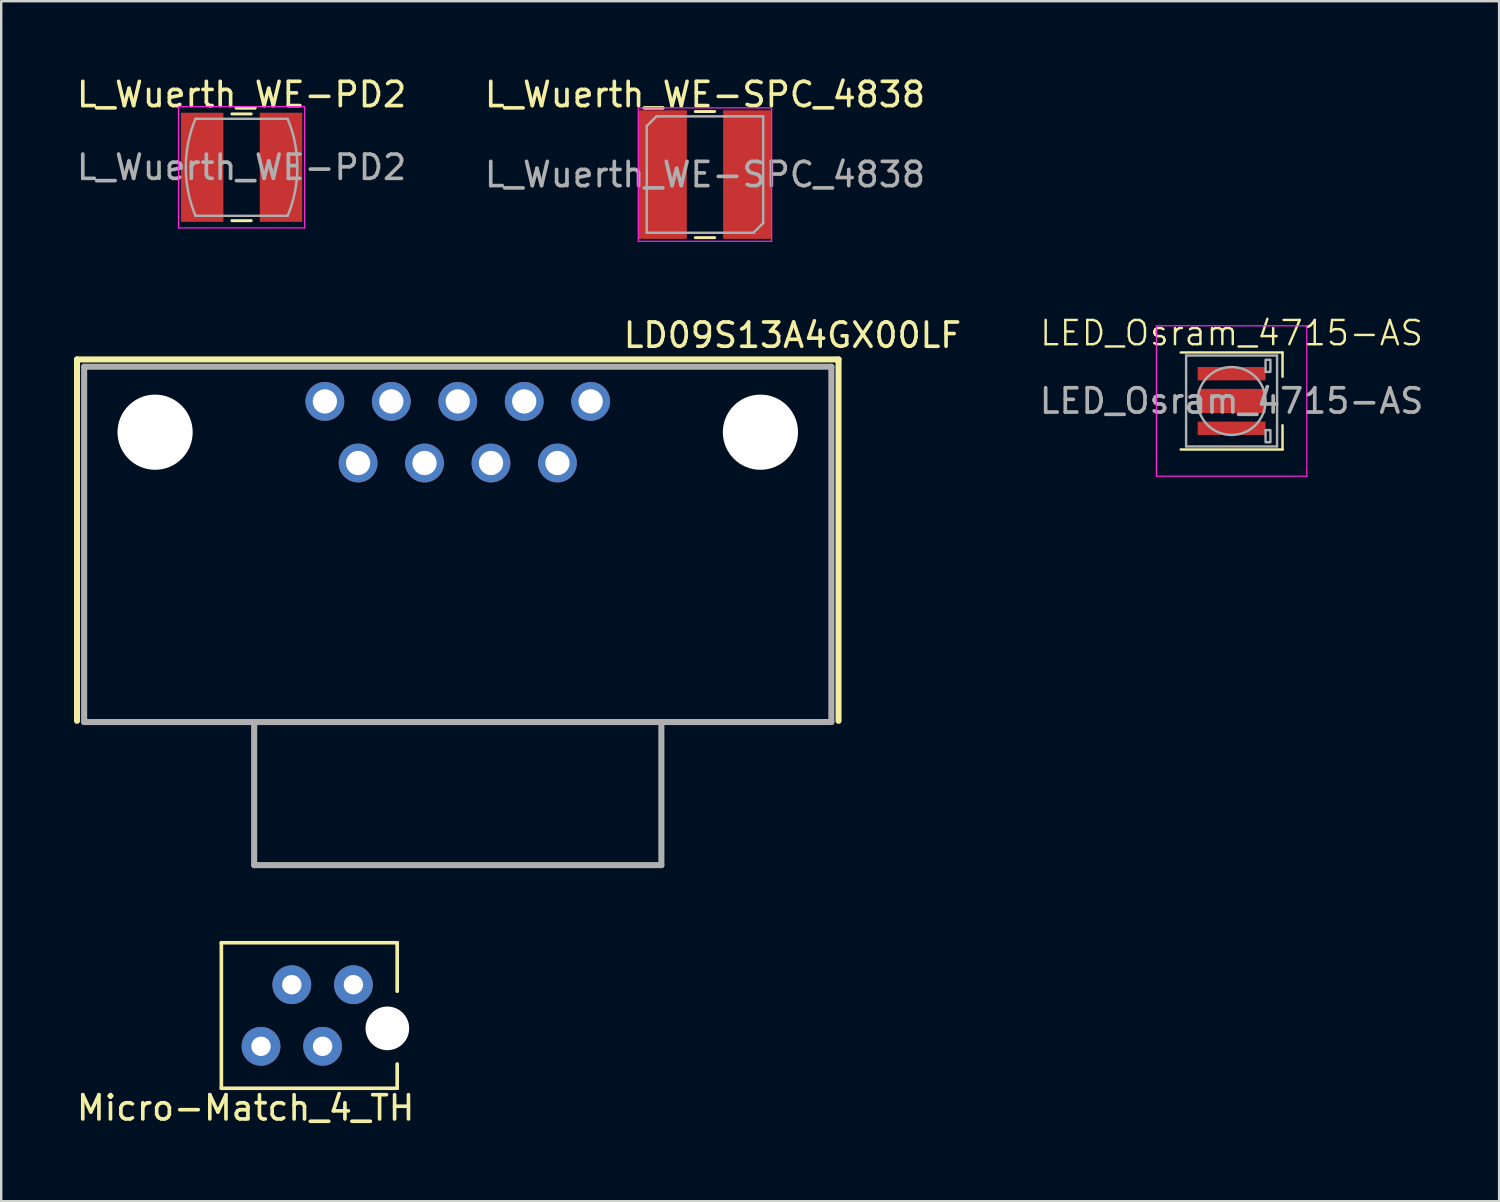
<source format=kicad_pcb>
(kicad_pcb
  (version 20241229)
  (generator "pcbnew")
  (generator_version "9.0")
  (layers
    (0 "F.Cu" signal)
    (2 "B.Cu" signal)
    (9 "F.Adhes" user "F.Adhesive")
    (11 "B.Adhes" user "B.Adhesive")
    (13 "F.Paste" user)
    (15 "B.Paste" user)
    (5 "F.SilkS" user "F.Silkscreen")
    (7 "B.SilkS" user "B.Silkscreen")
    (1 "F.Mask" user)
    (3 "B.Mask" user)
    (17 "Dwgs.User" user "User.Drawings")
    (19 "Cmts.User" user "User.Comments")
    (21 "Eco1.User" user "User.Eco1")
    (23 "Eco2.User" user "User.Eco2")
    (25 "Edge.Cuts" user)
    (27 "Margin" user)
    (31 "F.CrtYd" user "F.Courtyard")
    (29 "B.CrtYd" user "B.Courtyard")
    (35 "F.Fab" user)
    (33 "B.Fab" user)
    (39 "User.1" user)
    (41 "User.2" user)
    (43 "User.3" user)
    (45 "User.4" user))
  (footprint "L_Wuerth_WE-SPC_4838"
    (layer "F.Cu")
    (at 26.018 4.148)
    (property "Reference" "L_Wuerth_WE-SPC_4838" (at 0 -3.3 0) (layer "F.SilkS") (effects (font (size 1 1) (thickness 0.15))))
    (attr smd)
    (fp_line (start -0.4 -2.6) (end 0.4 -2.6) (stroke (width 0.12) (type solid)) (layer "F.SilkS"))
    (fp_line (start -0.4 2.6) (end 0.4 2.6) (stroke (width 0.12) (type solid)) (layer "F.SilkS"))
    (fp_line (start -2.75 -2.75) (end 2.75 -2.75) (stroke (width 0.05) (type solid)) (layer "F.CrtYd"))
    (fp_line (start -2.75 2.75) (end -2.75 -2.75) (stroke (width 0.05) (type solid)) (layer "F.CrtYd"))
    (fp_line (start 2.75 -2.75) (end 2.75 2.75) (stroke (width 0.05) (type solid)) (layer "F.CrtYd"))
    (fp_line (start 2.75 2.75) (end -2.75 2.75) (stroke (width 0.05) (type solid)) (layer "F.CrtYd"))
    (fp_line (start -2.4 -2) (end -2.4 2.4) (stroke (width 0.1) (type default)) (layer "F.Fab"))
    (fp_line (start -2 -2.4) (end -2.4 -2) (stroke (width 0.1) (type default)) (layer "F.Fab"))
    (fp_line (start -2 -2.4) (end 2.4 -2.4) (stroke (width 0.1) (type solid)) (layer "F.Fab"))
    (fp_line (start 2 2.4) (end -2.4 2.4) (stroke (width 0.1) (type solid)) (layer "F.Fab"))
    (fp_line (start 2.4 -2.4) (end 2.4 2) (stroke (width 0.1) (type default)) (layer "F.Fab"))
    (fp_line (start 2.4 2) (end 2 2.4) (stroke (width 0.1) (type default)) (layer "F.Fab"))
    (fp_text user "${REFERENCE}" (at 0 0 0) (layer "F.Fab") (effects (font (size 1 1) (thickness 0.15))))
    (pad "1" smd rect (at -1.75 0) (size 2 5.3) (layers "F.Cu" "F.Mask" "F.Paste"))
    (pad "2" smd rect (at 1.75 0) (size 2 5.3) (layers "F.Cu" "F.Mask" "F.Paste")))
  (footprint "Micro-Match_4_TH"
    (layer "F.Cu")
    (at 10.252 38.822)
    (property "Reference" "Micro-Match_4_TH" (at -3.175 3.81 0) (layer "F.SilkS") (effects (font (size 1 1) (thickness 0.15))))
    (attr through_hole)
    (fp_line (start -4.175 -3) (end 3.075 -3) (stroke (width 0.15) (type solid)) (layer "F.SilkS"))
    (fp_line (start -4.175 3) (end -4.175 -3) (stroke (width 0.15) (type solid)) (layer "F.SilkS"))
    (fp_line (start 3.075 -3) (end 3.075 -1) (stroke (width 0.15) (type solid)) (layer "F.SilkS"))
    (fp_line (start 3.075 2) (end 3.075 3) (stroke (width 0.15) (type solid)) (layer "F.SilkS"))
    (fp_line (start 3.075 3) (end -4.175 3) (stroke (width 0.15) (type solid)) (layer "F.SilkS"))
    (pad "" np_thru_hole circle (at 2.67 0.53) (size 1.8 1.8) (drill 1.8) (layers "*.Cu" "*.Mask"))
    (pad "1" thru_hole circle (at 1.27 -1.27) (size 1.6 1.6) (drill 0.8) (layers "*.Cu" "*.Mask"))
    (pad "2" thru_hole circle (at 0 1.27) (size 1.6 1.6) (drill 0.8) (layers "*.Cu" "*.Mask"))
    (pad "3" thru_hole circle (at -1.27 -1.27) (size 1.6 1.6) (drill 0.8) (layers "*.Cu" "*.Mask"))
    (pad "4" thru_hole circle (at -2.54 1.27) (size 1.6 1.6) (drill 0.8) (layers "*.Cu" "*.Mask")))
  (footprint "L_Wuerth_WE-PD2"
    (layer "F.Cu")
    (at 6.911 3.848)
    (property "Reference" "L_Wuerth_WE-PD2" (at 0 -3 0) (layer "F.SilkS") (effects (font (size 1 1) (thickness 0.15))))
    (attr smd)
    (fp_line (start -0.4 -2.2) (end 0.4 -2.2) (stroke (width 0.12) (type solid)) (layer "F.SilkS"))
    (fp_line (start -0.4 2.2) (end 0.4 2.2) (stroke (width 0.12) (type solid)) (layer "F.SilkS"))
    (fp_line (start -2.6 -2.5) (end 2.6 -2.5) (stroke (width 0.05) (type solid)) (layer "F.CrtYd"))
    (fp_line (start -2.6 2.5) (end -2.6 -2.5) (stroke (width 0.05) (type solid)) (layer "F.CrtYd"))
    (fp_line (start 2.6 -2.5) (end 2.6 2.5) (stroke (width 0.05) (type solid)) (layer "F.CrtYd"))
    (fp_line (start 2.6 2.5) (end -2.6 2.5) (stroke (width 0.05) (type solid)) (layer "F.CrtYd"))
    (fp_line (start -1.9 -2) (end 1.9 -2) (stroke (width 0.1) (type solid)) (layer "F.Fab"))
    (fp_line (start 1.9 2) (end -1.9 2) (stroke (width 0.1) (type solid)) (layer "F.Fab"))
    (fp_arc (start -1.9 2) (mid -2.3 0.000001) (end -1.900001 -1.999999) (stroke (width 0.1) (type solid)) (layer "F.Fab"))
    (fp_arc (start 1.9 -2) (mid 2.3 0) (end 1.9 2) (stroke (width 0.1) (type solid)) (layer "F.Fab"))
    (fp_text user "${REFERENCE}" (at 0 0 0) (layer "F.Fab") (effects (font (size 1 1) (thickness 0.15))))
    (pad "1" smd rect (at -1.625 0) (size 1.75 4.5) (layers "F.Cu" "F.Mask" "F.Paste"))
    (pad "2" smd rect (at 1.625 0) (size 1.75 4.5) (layers "F.Cu" "F.Mask" "F.Paste")))
  (footprint "LD09S13A4GX00LF"
    (layer "F.Cu")
    (at 15.825 14.771)
    (property "Reference" "LD09S13A4GX00LF" (at 13.8 -4 180) (layer "F.SilkS") (effects (font (size 1 1) (thickness 0.15))))
    (attr through_hole)
    (fp_line (start -15.7 -3) (end -15.7 11.9) (stroke (width 0.25) (type solid)) (layer "F.SilkS"))
    (fp_line (start 15.7 -3) (end -15.7 -3) (stroke (width 0.25) (type solid)) (layer "F.SilkS"))
    (fp_line (start 15.7 -3) (end 15.7 11.9) (stroke (width 0.25) (type solid)) (layer "F.SilkS"))
    (fp_line (start -15.405 -2.7) (end 15.405 -2.7) (stroke (width 0.25) (type solid)) (layer "F.Fab"))
    (fp_line (start -15.405 11.95) (end -15.405 -2.7) (stroke (width 0.25) (type solid)) (layer "F.Fab"))
    (fp_line (start -8.395 17.85) (end -8.395 11.95) (stroke (width 0.25) (type solid)) (layer "F.Fab"))
    (fp_line (start 8.395 17.85) (end -8.395 17.85) (stroke (width 0.25) (type solid)) (layer "F.Fab"))
    (fp_line (start 8.395 17.85) (end 8.395 11.95) (stroke (width 0.25) (type solid)) (layer "F.Fab"))
    (fp_line (start 15.405 -2.7) (end 15.405 11.95) (stroke (width 0.25) (type solid)) (layer "F.Fab"))
    (fp_line (start 15.405 11.95) (end -15.405 11.95) (stroke (width 0.25) (type solid)) (layer "F.Fab"))
    (pad "" np_thru_hole circle (at -12.48 0 180) (size 3.1 3.1) (drill 3.1) (layers "*.Cu" "*.Mask"))
    (pad "" np_thru_hole circle (at 12.48 0 180) (size 3.1 3.1) (drill 3.1) (layers "*.Cu" "*.Mask"))
    (pad "1" thru_hole circle (at 5.48 -1.27 180) (size 1.6 1.6) (drill 1) (layers "*.Cu" "*.Mask"))
    (pad "2" thru_hole circle (at 2.74 -1.27 180) (size 1.6 1.6) (drill 1) (layers "*.Cu" "*.Mask"))
    (pad "3" thru_hole circle (at 0 -1.27 180) (size 1.6 1.6) (drill 1) (layers "*.Cu" "*.Mask"))
    (pad "4" thru_hole circle (at -2.74 -1.27 180) (size 1.6 1.6) (drill 1) (layers "*.Cu" "*.Mask"))
    (pad "5" thru_hole circle (at -5.48 -1.27 180) (size 1.6 1.6) (drill 1) (layers "*.Cu" "*.Mask"))
    (pad "6" thru_hole circle (at 4.11 1.27 180) (size 1.6 1.6) (drill 1) (layers "*.Cu" "*.Mask"))
    (pad "7" thru_hole circle (at 1.37 1.27 180) (size 1.6 1.6) (drill 1) (layers "*.Cu" "*.Mask"))
    (pad "8" thru_hole circle (at -1.37 1.27 180) (size 1.6 1.6) (drill 1) (layers "*.Cu" "*.Mask"))
    (pad "9" thru_hole circle (at -4.11 1.27 180) (size 1.6 1.6) (drill 1) (layers "*.Cu" "*.Mask")))
  (footprint "LED_Osram_4715-AS"
    (layer "F.Cu")
    (at 47.732 13.484)
    (property "Reference" "LED_Osram_4715-AS" (at 0 -2.8 0) (unlocked yes) (layer "F.SilkS") (effects (font (size 1 1) (thickness 0.1))))
    (attr smd)
    (fp_line (start -2.1 -2) (end 2.1 -2) (stroke (width 0.1) (type default)) (layer "F.SilkS"))
    (fp_line (start 2.1 -2) (end 2.1 -1) (stroke (width 0.1) (type default)) (layer "F.SilkS"))
    (fp_line (start 2.1 1) (end 2.1 2) (stroke (width 0.1) (type default)) (layer "F.SilkS"))
    (fp_line (start 2.1 2) (end -2.1 2) (stroke (width 0.1) (type default)) (layer "F.SilkS"))
    (fp_poly (pts (xy -1.3 -1.3) (xy -1.3 -0.9) (xy 1.3 -0.9) (xy 1.3 -1.3)) (stroke (width 0) (type solid)) (fill yes) (layer "F.Paste"))
    (fp_poly (pts (xy -1.3 1.3) (xy -1.3 0.9) (xy 1.3 0.9) (xy 1.3 1.3)) (stroke (width 0) (type solid)) (fill yes) (layer "F.Paste"))
    (fp_poly (pts (xy -0.15 -0.45) (xy -0.15 0.45) (xy -1.3 0.45) (xy -1.3 -0.45)) (stroke (width 0) (type solid)) (fill yes) (layer "F.Paste"))
    (fp_poly (pts (xy 0.15 -0.45) (xy 0.15 0.45) (xy 1.35 0.45) (xy 1.35 -0.45)) (stroke (width 0) (type solid)) (fill yes) (layer "F.Paste"))
    (fp_line (start -3.1 -3.1) (end 3.1 -3.1) (stroke (width 0.05) (type default)) (layer "F.CrtYd"))
    (fp_line (start -3.1 3.1) (end -3.1 -3.1) (stroke (width 0.05) (type default)) (layer "F.CrtYd"))
    (fp_line (start 3.1 -3.1) (end 3.1 3.1) (stroke (width 0.05) (type default)) (layer "F.CrtYd"))
    (fp_line (start 3.1 3.1) (end -3.1 3.1) (stroke (width 0.05) (type default)) (layer "F.CrtYd"))
    (fp_line (start -1.875 -1.875) (end -1.875 1.875) (stroke (width 0.1) (type default)) (layer "F.Fab"))
    (fp_line (start -1.875 -1.875) (end 1.875 -1.875) (stroke (width 0.1) (type default)) (layer "F.Fab"))
    (fp_line (start -1.875 1.875) (end 1.875 1.875) (stroke (width 0.1) (type default)) (layer "F.Fab"))
    (fp_line (start 1.875 1.875) (end 1.875 -1.875) (stroke (width 0.1) (type default)) (layer "F.Fab"))
    (fp_rect (start 1.4 -1.7) (end 1.6 -1.2) (stroke (width 0.1) (type default)) (fill no) (layer "F.Fab"))
    (fp_rect (start 1.4 1.2) (end 1.6 1.7) (stroke (width 0.1) (type default)) (fill no) (layer "F.Fab"))
    (fp_circle (center 0 0) (end 1.4 0) (stroke (width 0.1) (type default)) (fill no) (layer "F.Fab"))
    (fp_text user "${REFERENCE}" (at 0 0 0) (unlocked yes) (layer "F.Fab") (effects (font (size 1 1) (thickness 0.15))))
    (pad "1" smd rect (at 0 -1.125) (size 2.8 0.55) (layers "F.Cu" "F.Mask"))
    (pad "2" smd rect (at 0 0) (size 2.8 1) (layers "F.Cu" "F.Mask"))
    (pad "2" smd rect (at 0 1.125) (size 2.8 0.55) (layers "F.Cu" "F.Mask"))
    (zone (net_name "") (layer "F.Cu") (hatch edge 0.5) (connect_pads) (min_thickness 0.25) (filled_areas_thickness no) (keepout (tracks allowed) (vias allowed) (pads allowed) (copperpour not_allowed) (footprints allowed)) (placement (enabled no)) (fill) (polygon (pts (xy 45.982 10.984) (xy 46.332 10.984) (xy 46.332 12.634) (xy 49.132 12.634) (xy 49.132 10.984) (xy 49.482 10.984) (xy 49.482 12.984) (xy 45.982 12.984))))
    (zone (net_name "") (layer "F.Cu") (hatch edge 0.5) (connect_pads) (min_thickness 0.25) (filled_areas_thickness no) (keepout (tracks allowed) (vias allowed) (pads allowed) (copperpour not_allowed) (footprints allowed)) (placement (enabled no)) (fill) (polygon (pts (xy 45.982 15.984) (xy 46.332 15.984) (xy 46.332 14.334) (xy 49.132 14.334) (xy 49.132 15.984) (xy 49.482 15.984) (xy 49.482 13.984) (xy 45.982 13.984)))))
  (gr_rect
    (start -3 -3)
    (end 58.762 46.48)
    (stroke (width 0.1) (type default))
    (fill no)
    (layer "Edge.Cuts")))
</source>
